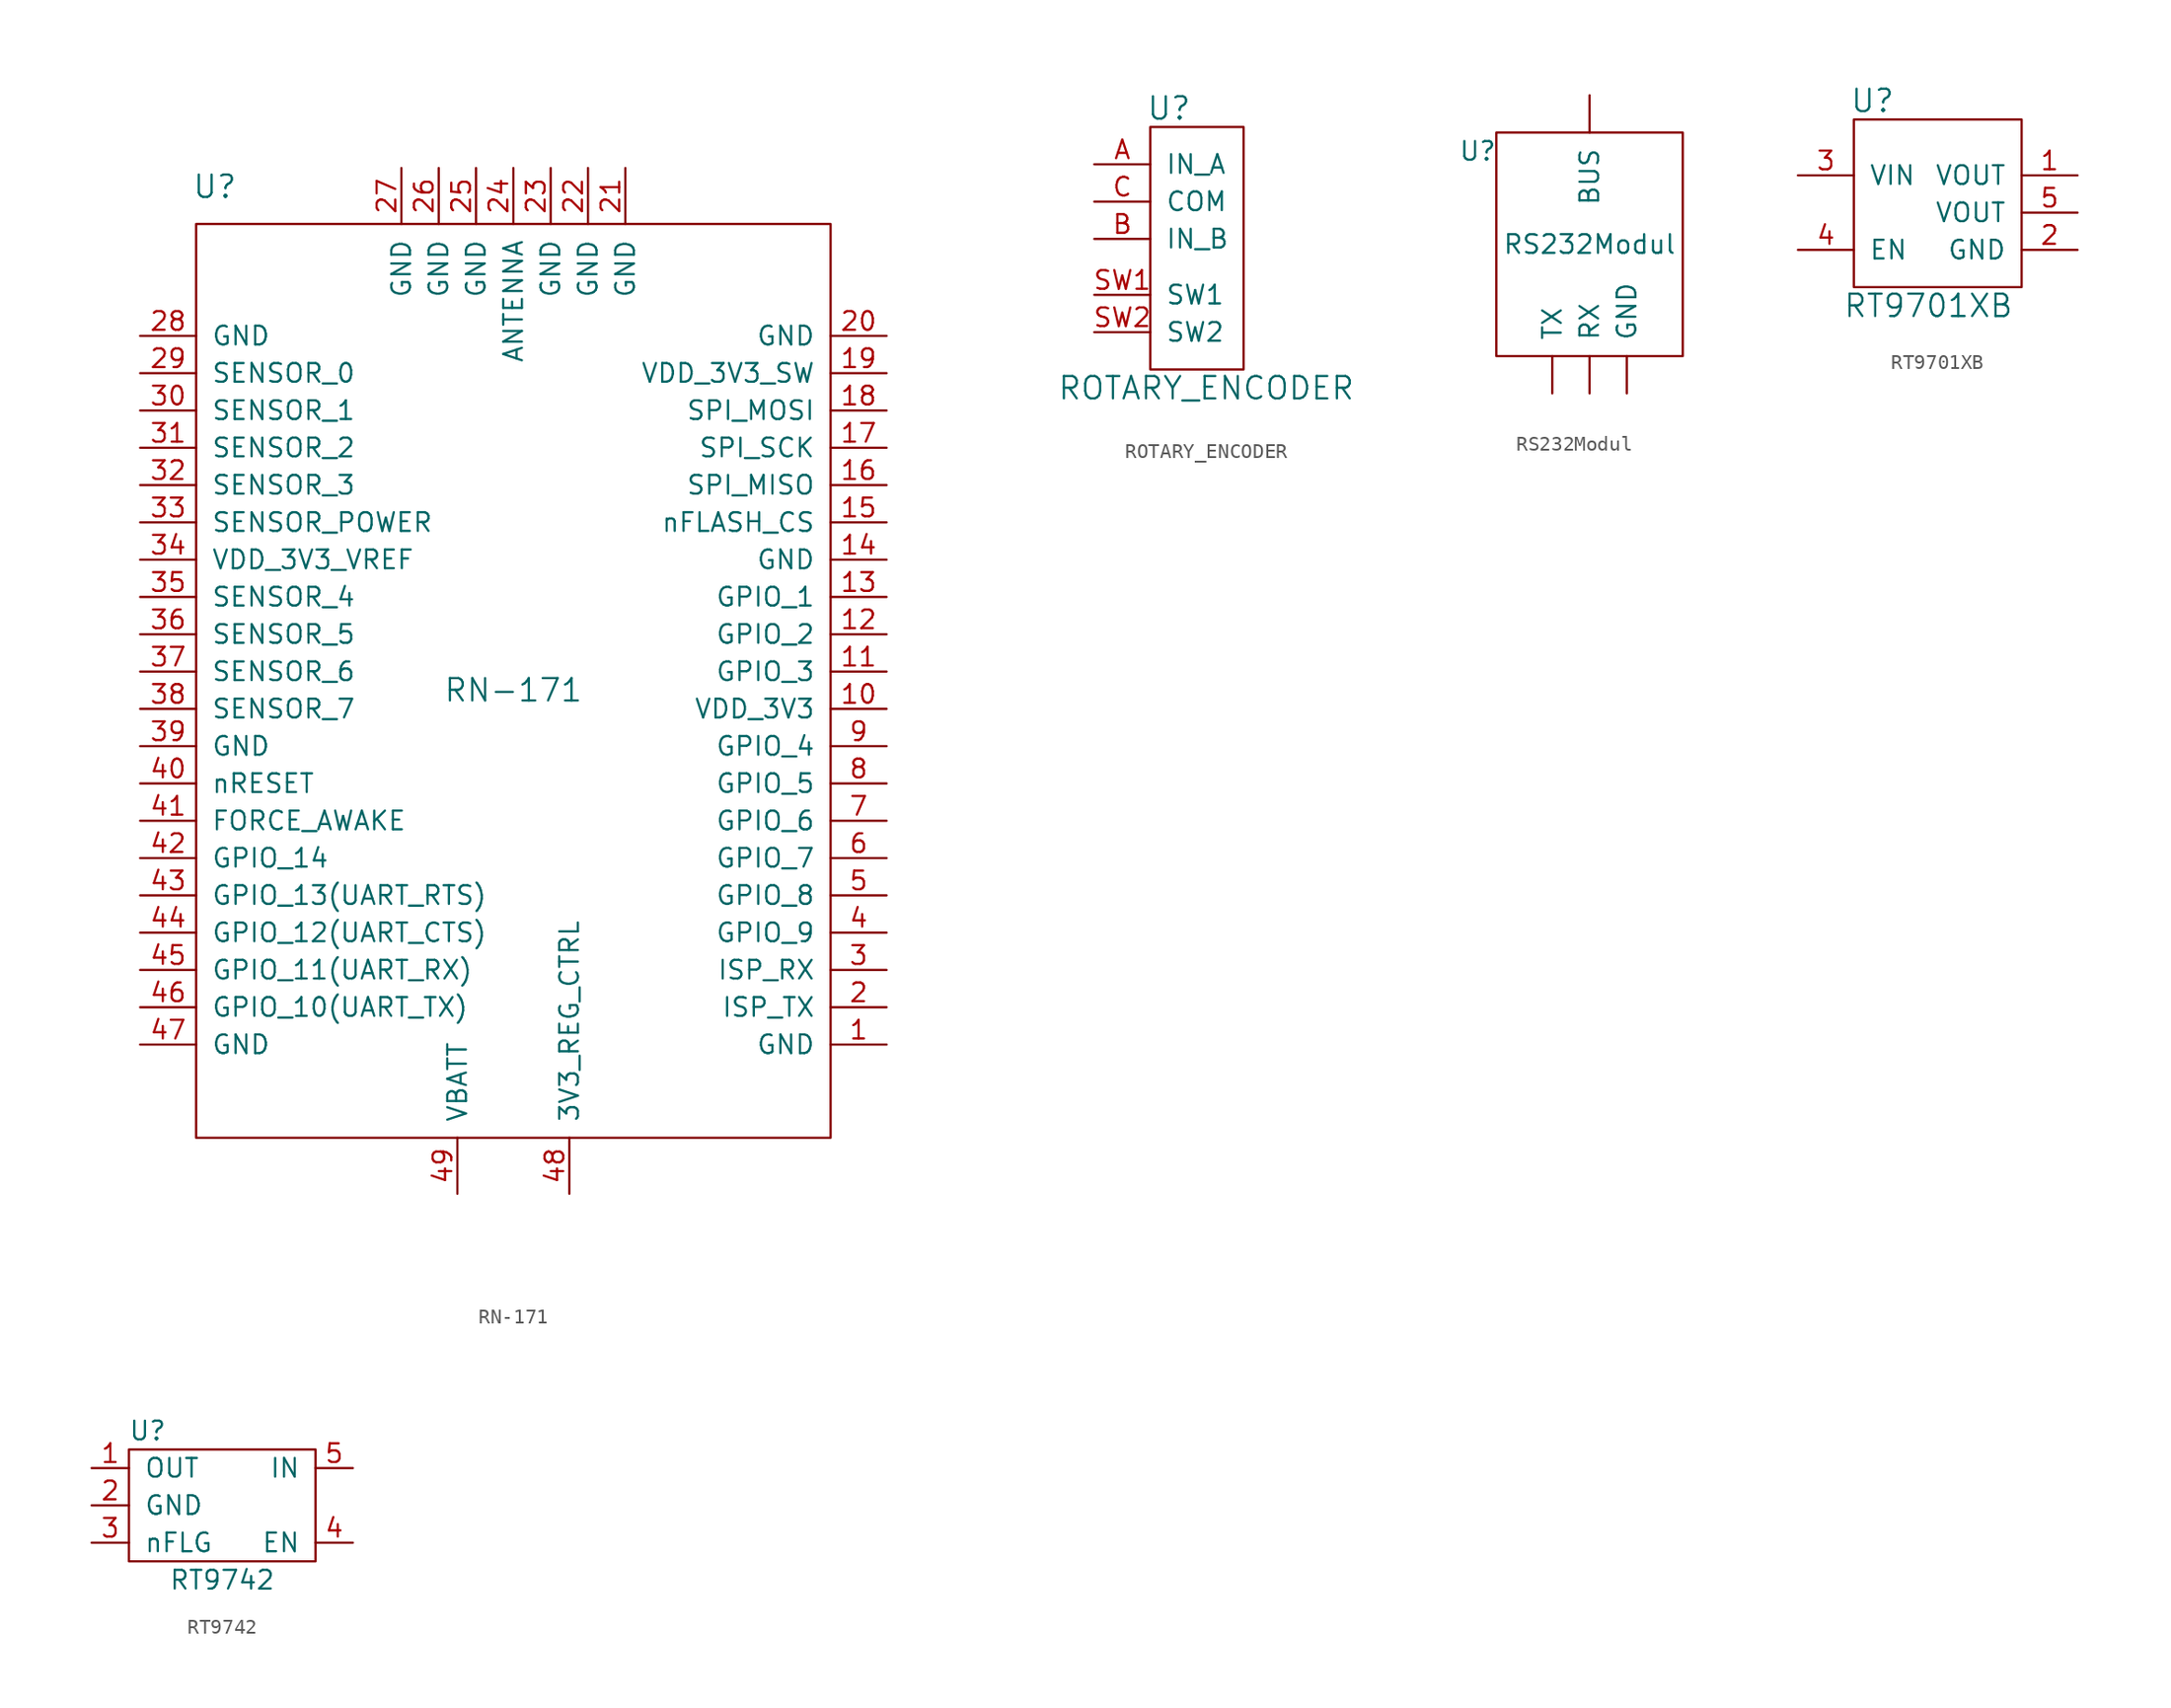
<source format=kicad_sym>
(kicad_symbol_lib
  (version 20210619)
  (generator kicad_symbol_editor)
  (symbol "tinkerforge:RN-171"
    (pin_names
      (offset 1.016))
    (property "Reference" "U"
      (at -20.32 34.29 0)
      (effects (font (size 1.524 1.524))))
    (property "Value" "RN-171"
      (at 0 0 0)
      (effects (font (size 1.524 1.524))))
    (property "Footprint" ""
      (at 0 0 0)
      (effects (font (size 1.524 1.524))))
    (property "Datasheet" ""
      (at 0 0 0)
      (effects (font (size 1.524 1.524))))
    (symbol "RN-171_0_1"
      (rectangle (start -21.59 31.75) (end 21.59 -30.48) (stroke (width 0)) (fill (type none))))
    (symbol "RN-171_1_1"
      (pin passive line (at 25.4 -24.13 180) (length 3.81) (name "GND" (effects (font (size 1.27 1.27)))) (number "1" (effects (font (size 1.27 1.27)))))
      (pin passive line (at 25.4 -1.27 180) (length 3.81) (name "VDD_3V3" (effects (font (size 1.27 1.27)))) (number "10" (effects (font (size 1.27 1.27)))))
      (pin passive line (at 25.4 1.27 180) (length 3.81) (name "GPIO_3" (effects (font (size 1.27 1.27)))) (number "11" (effects (font (size 1.27 1.27)))))
      (pin passive line (at 25.4 3.81 180) (length 3.81) (name "GPIO_2" (effects (font (size 1.27 1.27)))) (number "12" (effects (font (size 1.27 1.27)))))
      (pin passive line (at 25.4 6.35 180) (length 3.81) (name "GPIO_1" (effects (font (size 1.27 1.27)))) (number "13" (effects (font (size 1.27 1.27)))))
      (pin passive line (at 25.4 8.89 180) (length 3.81) (name "GND" (effects (font (size 1.27 1.27)))) (number "14" (effects (font (size 1.27 1.27)))))
      (pin passive line (at 25.4 11.43 180) (length 3.81) (name "nFLASH_CS" (effects (font (size 1.27 1.27)))) (number "15" (effects (font (size 1.27 1.27)))))
      (pin passive line (at 25.4 13.97 180) (length 3.81) (name "SPI_MISO" (effects (font (size 1.27 1.27)))) (number "16" (effects (font (size 1.27 1.27)))))
      (pin passive line (at 25.4 16.51 180) (length 3.81) (name "SPI_SCK" (effects (font (size 1.27 1.27)))) (number "17" (effects (font (size 1.27 1.27)))))
      (pin passive line (at 25.4 19.05 180) (length 3.81) (name "SPI_MOSI" (effects (font (size 1.27 1.27)))) (number "18" (effects (font (size 1.27 1.27)))))
      (pin passive line (at 25.4 21.59 180) (length 3.81) (name "VDD_3V3_SW" (effects (font (size 1.27 1.27)))) (number "19" (effects (font (size 1.27 1.27)))))
      (pin passive line (at 25.4 -21.59 180) (length 3.81) (name "ISP_TX" (effects (font (size 1.27 1.27)))) (number "2" (effects (font (size 1.27 1.27)))))
      (pin passive line (at 25.4 24.13 180) (length 3.81) (name "GND" (effects (font (size 1.27 1.27)))) (number "20" (effects (font (size 1.27 1.27)))))
      (pin passive line (at 7.62 35.56 270) (length 3.81) (name "GND" (effects (font (size 1.27 1.27)))) (number "21" (effects (font (size 1.27 1.27)))))
      (pin passive line (at 5.08 35.56 270) (length 3.81) (name "GND" (effects (font (size 1.27 1.27)))) (number "22" (effects (font (size 1.27 1.27)))))
      (pin passive line (at 2.54 35.56 270) (length 3.81) (name "GND" (effects (font (size 1.27 1.27)))) (number "23" (effects (font (size 1.27 1.27)))))
      (pin passive line (at 0 35.56 270) (length 3.81) (name "ANTENNA" (effects (font (size 1.27 1.27)))) (number "24" (effects (font (size 1.27 1.27)))))
      (pin passive line (at -2.54 35.56 270) (length 3.81) (name "GND" (effects (font (size 1.27 1.27)))) (number "25" (effects (font (size 1.27 1.27)))))
      (pin passive line (at -5.08 35.56 270) (length 3.81) (name "GND" (effects (font (size 1.27 1.27)))) (number "26" (effects (font (size 1.27 1.27)))))
      (pin passive line (at -7.62 35.56 270) (length 3.81) (name "GND" (effects (font (size 1.27 1.27)))) (number "27" (effects (font (size 1.27 1.27)))))
      (pin passive line (at -25.4 24.13 0) (length 3.81) (name "GND" (effects (font (size 1.27 1.27)))) (number "28" (effects (font (size 1.27 1.27)))))
      (pin passive line (at -25.4 21.59 0) (length 3.81) (name "SENSOR_0" (effects (font (size 1.27 1.27)))) (number "29" (effects (font (size 1.27 1.27)))))
      (pin passive line (at 25.4 -19.05 180) (length 3.81) (name "ISP_RX" (effects (font (size 1.27 1.27)))) (number "3" (effects (font (size 1.27 1.27)))))
      (pin passive line (at -25.4 19.05 0) (length 3.81) (name "SENSOR_1" (effects (font (size 1.27 1.27)))) (number "30" (effects (font (size 1.27 1.27)))))
      (pin passive line (at -25.4 16.51 0) (length 3.81) (name "SENSOR_2" (effects (font (size 1.27 1.27)))) (number "31" (effects (font (size 1.27 1.27)))))
      (pin passive line (at -25.4 13.97 0) (length 3.81) (name "SENSOR_3" (effects (font (size 1.27 1.27)))) (number "32" (effects (font (size 1.27 1.27)))))
      (pin passive line (at -25.4 11.43 0) (length 3.81) (name "SENSOR_POWER" (effects (font (size 1.27 1.27)))) (number "33" (effects (font (size 1.27 1.27)))))
      (pin passive line (at -25.4 8.89 0) (length 3.81) (name "VDD_3V3_VREF" (effects (font (size 1.27 1.27)))) (number "34" (effects (font (size 1.27 1.27)))))
      (pin passive line (at -25.4 6.35 0) (length 3.81) (name "SENSOR_4" (effects (font (size 1.27 1.27)))) (number "35" (effects (font (size 1.27 1.27)))))
      (pin passive line (at -25.4 3.81 0) (length 3.81) (name "SENSOR_5" (effects (font (size 1.27 1.27)))) (number "36" (effects (font (size 1.27 1.27)))))
      (pin passive line (at -25.4 1.27 0) (length 3.81) (name "SENSOR_6" (effects (font (size 1.27 1.27)))) (number "37" (effects (font (size 1.27 1.27)))))
      (pin passive line (at -25.4 -1.27 0) (length 3.81) (name "SENSOR_7" (effects (font (size 1.27 1.27)))) (number "38" (effects (font (size 1.27 1.27)))))
      (pin passive line (at -25.4 -3.81 0) (length 3.81) (name "GND" (effects (font (size 1.27 1.27)))) (number "39" (effects (font (size 1.27 1.27)))))
      (pin passive line (at 25.4 -16.51 180) (length 3.81) (name "GPIO_9" (effects (font (size 1.27 1.27)))) (number "4" (effects (font (size 1.27 1.27)))))
      (pin passive line (at -25.4 -6.35 0) (length 3.81) (name "nRESET" (effects (font (size 1.27 1.27)))) (number "40" (effects (font (size 1.27 1.27)))))
      (pin passive line (at -25.4 -8.89 0) (length 3.81) (name "FORCE_AWAKE" (effects (font (size 1.27 1.27)))) (number "41" (effects (font (size 1.27 1.27)))))
      (pin passive line (at -25.4 -11.43 0) (length 3.81) (name "GPIO_14" (effects (font (size 1.27 1.27)))) (number "42" (effects (font (size 1.27 1.27)))))
      (pin passive line (at -25.4 -13.97 0) (length 3.81) (name "GPIO_13(UART_RTS)" (effects (font (size 1.27 1.27)))) (number "43" (effects (font (size 1.27 1.27)))))
      (pin passive line (at -25.4 -16.51 0) (length 3.81) (name "GPIO_12(UART_CTS)" (effects (font (size 1.27 1.27)))) (number "44" (effects (font (size 1.27 1.27)))))
      (pin passive line (at -25.4 -19.05 0) (length 3.81) (name "GPIO_11(UART_RX)" (effects (font (size 1.27 1.27)))) (number "45" (effects (font (size 1.27 1.27)))))
      (pin passive line (at -25.4 -21.59 0) (length 3.81) (name "GPIO_10(UART_TX)" (effects (font (size 1.27 1.27)))) (number "46" (effects (font (size 1.27 1.27)))))
      (pin passive line (at -25.4 -24.13 0) (length 3.81) (name "GND" (effects (font (size 1.27 1.27)))) (number "47" (effects (font (size 1.27 1.27)))))
      (pin passive line (at 3.81 -34.29 90) (length 3.81) (name "3V3_REG_CTRL" (effects (font (size 1.27 1.27)))) (number "48" (effects (font (size 1.27 1.27)))))
      (pin passive line (at -3.81 -34.29 90) (length 3.81) (name "VBATT" (effects (font (size 1.27 1.27)))) (number "49" (effects (font (size 1.27 1.27)))))
      (pin passive line (at 25.4 -13.97 180) (length 3.81) (name "GPIO_8" (effects (font (size 1.27 1.27)))) (number "5" (effects (font (size 1.27 1.27)))))
      (pin passive line (at 25.4 -11.43 180) (length 3.81) (name "GPIO_7" (effects (font (size 1.27 1.27)))) (number "6" (effects (font (size 1.27 1.27)))))
      (pin passive line (at 25.4 -8.89 180) (length 3.81) (name "GPIO_6" (effects (font (size 1.27 1.27)))) (number "7" (effects (font (size 1.27 1.27)))))
      (pin passive line (at 25.4 -6.35 180) (length 3.81) (name "GPIO_5" (effects (font (size 1.27 1.27)))) (number "8" (effects (font (size 1.27 1.27)))))
      (pin passive line (at 25.4 -3.81 180) (length 3.81) (name "GPIO_4" (effects (font (size 1.27 1.27)))) (number "9" (effects (font (size 1.27 1.27)))))))
  (symbol "tinkerforge:ROTARY_ENCODER"
    (pin_names
      (offset 1.016))
    (property "Reference" "U"
      (at -1.27 10.16 0)
      (effects (font (size 1.524 1.524))))
    (property "Value" "ROTARY_ENCODER"
      (at 1.27 -8.89 0)
      (effects (font (size 1.524 1.524))))
    (property "Footprint" ""
      (at 0 0 0)
      (effects (font (size 1.524 1.524))))
    (property "Datasheet" ""
      (at 0 0 0)
      (effects (font (size 1.524 1.524))))
    (symbol "ROTARY_ENCODER_0_1"
      (rectangle (start -2.54 8.89) (end 3.81 -7.62) (stroke (width 0)) (fill (type none))))
    (symbol "ROTARY_ENCODER_1_1"
      (pin input line (at -6.35 6.35 0) (length 3.81) (name "IN_A" (effects (font (size 1.27 1.27)))) (number "A" (effects (font (size 1.27 1.27)))))
      (pin input line (at -6.35 1.27 0) (length 3.81) (name "IN_B" (effects (font (size 1.27 1.27)))) (number "B" (effects (font (size 1.27 1.27)))))
      (pin input line (at -6.35 3.81 0) (length 3.81) (name "COM" (effects (font (size 1.27 1.27)))) (number "C" (effects (font (size 1.27 1.27)))))
      (pin input line (at -6.35 -2.54 0) (length 3.81) (name "SW1" (effects (font (size 1.27 1.27)))) (number "SW1" (effects (font (size 1.27 1.27)))))
      (pin input line (at -6.35 -5.08 0) (length 3.81) (name "SW2" (effects (font (size 1.27 1.27)))) (number "SW2" (effects (font (size 1.27 1.27)))))))
  (symbol "tinkerforge:RS232Modul"
    (pin_names
      (offset 1.016))
    (property "Reference" "U"
      (at -7.62 10.16 0)
      (effects (font (size 1.27 1.27))))
    (property "Value" "RS232Modul"
      (at 0 3.81 0)
      (effects (font (size 1.27 1.27))))
    (symbol "RS232Modul_0_1"
      (rectangle (start -6.35 -3.81) (end 6.35 11.43) (stroke (width 0)) (fill (type none))))
    (symbol "RS232Modul_1_1"
      (pin output line (at 0 13.97 270) (length 2.54) (name "BUS" (effects (font (size 1.27 1.27)))) (number "~" (effects (font (size 1.27 1.27)))))
      (pin output line (at 2.54 -6.35 90) (length 2.54) (name "GND" (effects (font (size 1.27 1.27)))) (number "~" (effects (font (size 1.27 1.27)))))
      (pin output line (at 0 -6.35 90) (length 2.54) (name "RX" (effects (font (size 1.27 1.27)))) (number "~" (effects (font (size 1.27 1.27)))))
      (pin output line (at -2.54 -6.35 90) (length 2.54) (name "TX" (effects (font (size 1.27 1.27)))) (number "~" (effects (font (size 1.27 1.27)))))))
  (symbol "tinkerforge:RT9701XB"
    (pin_names
      (offset 1.016))
    (property "Reference" "U"
      (at -3.81 5.08 0)
      (effects (font (size 1.524 1.524))))
    (property "Value" "RT9701XB"
      (at 0 -8.89 0)
      (effects (font (size 1.524 1.524))))
    (property "Footprint" ""
      (at 0 0 0)
      (effects (font (size 1.524 1.524))))
    (property "Datasheet" ""
      (at 0 0 0)
      (effects (font (size 1.524 1.524))))
    (symbol "RT9701XB_0_1"
      (rectangle (start -5.08 3.81) (end 6.35 -7.62) (stroke (width 0)) (fill (type none))))
    (symbol "RT9701XB_1_1"
      (pin output line (at 10.16 0 180) (length 3.81) (name "VOUT" (effects (font (size 1.27 1.27)))) (number "1" (effects (font (size 1.27 1.27)))))
      (pin passive line (at 10.16 -5.08 180) (length 3.81) (name "GND" (effects (font (size 1.27 1.27)))) (number "2" (effects (font (size 1.27 1.27)))))
      (pin input line (at -8.89 0 0) (length 3.81) (name "VIN" (effects (font (size 1.27 1.27)))) (number "3" (effects (font (size 1.27 1.27)))))
      (pin input line (at -8.89 -5.08 0) (length 3.81) (name "EN" (effects (font (size 1.27 1.27)))) (number "4" (effects (font (size 1.27 1.27)))))
      (pin passive line (at 10.16 -2.54 180) (length 3.81) (name "VOUT" (effects (font (size 1.27 1.27)))) (number "5" (effects (font (size 1.27 1.27)))))))
  (symbol "tinkerforge:RT9742"
    (pin_names
      (offset 1.016))
    (property "Reference" "U"
      (at -5.08 10.16 0)
      (effects (font (size 1.27 1.27))))
    (property "Value" "RT9742"
      (at 0 0 0)
      (effects (font (size 1.27 1.27))))
    (symbol "RT9742_0_1"
      (rectangle (start -6.35 8.89) (end 6.35 1.27) (stroke (width 0)) (fill (type none))))
    (symbol "RT9742_1_1"
      (pin passive line (at -8.89 7.62 0) (length 2.54) (name "OUT" (effects (font (size 1.27 1.27)))) (number "1" (effects (font (size 1.27 1.27)))))
      (pin passive line (at -8.89 5.08 0) (length 2.54) (name "GND" (effects (font (size 1.27 1.27)))) (number "2" (effects (font (size 1.27 1.27)))))
      (pin passive line (at -8.89 2.54 0) (length 2.54) (name "nFLG" (effects (font (size 1.27 1.27)))) (number "3" (effects (font (size 1.27 1.27)))))
      (pin passive line (at 8.89 2.54 180) (length 2.54) (name "EN" (effects (font (size 1.27 1.27)))) (number "4" (effects (font (size 1.27 1.27)))))
      (pin passive line (at 8.89 7.62 180) (length 2.54) (name "IN" (effects (font (size 1.27 1.27)))) (number "5" (effects (font (size 1.27 1.27))))))))
</source>
